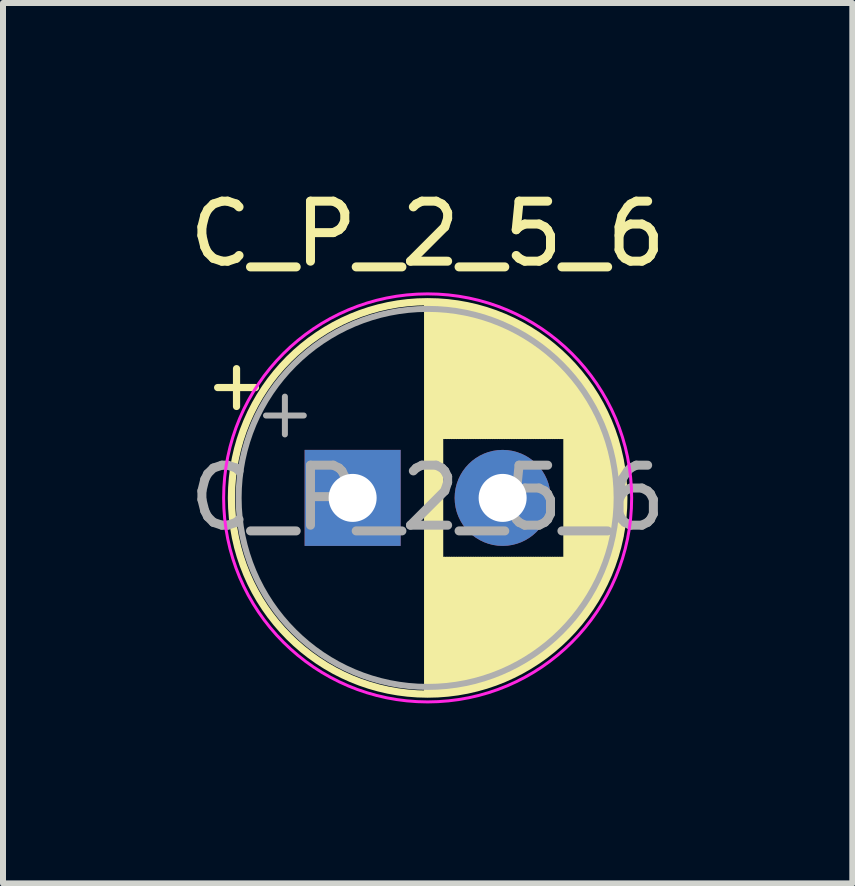
<source format=kicad_pcb>
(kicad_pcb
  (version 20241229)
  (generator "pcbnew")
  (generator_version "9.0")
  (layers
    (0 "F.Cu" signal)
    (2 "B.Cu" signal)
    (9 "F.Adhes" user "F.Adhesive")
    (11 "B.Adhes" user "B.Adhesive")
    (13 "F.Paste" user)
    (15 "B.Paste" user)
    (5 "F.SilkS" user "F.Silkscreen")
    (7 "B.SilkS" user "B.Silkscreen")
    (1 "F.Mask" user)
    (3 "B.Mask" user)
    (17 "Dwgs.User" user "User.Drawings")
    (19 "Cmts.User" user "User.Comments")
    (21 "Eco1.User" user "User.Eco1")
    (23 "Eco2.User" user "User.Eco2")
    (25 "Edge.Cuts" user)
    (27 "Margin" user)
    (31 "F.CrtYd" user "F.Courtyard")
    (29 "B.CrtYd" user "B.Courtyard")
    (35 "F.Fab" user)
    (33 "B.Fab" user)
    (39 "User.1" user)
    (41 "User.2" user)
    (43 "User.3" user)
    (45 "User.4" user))
  (footprint "C_P_2_5_6"
    (layer "F.Cu")
    (at 2.827 5.248)
    (property "Reference" "C_P_2_5_6" (at 1.25 -4.4 0) (layer "F.SilkS") (effects (font (size 1 1) (thickness 0.15))))
    (attr through_hole)
    (fp_line (start -2.25 -1.839) (end -1.62 -1.839) (stroke (width 0.12) (type solid)) (layer "F.SilkS"))
    (fp_line (start -1.935 -2.154) (end -1.935 -1.524) (stroke (width 0.12) (type solid)) (layer "F.SilkS"))
    (fp_line (start 1.25 -3.23) (end 1.25 3.23) (stroke (width 0.12) (type solid)) (layer "F.SilkS"))
    (fp_line (start 1.29 -3.23) (end 1.29 3.23) (stroke (width 0.12) (type solid)) (layer "F.SilkS"))
    (fp_line (start 1.33 -3.23) (end 1.33 3.23) (stroke (width 0.12) (type solid)) (layer "F.SilkS"))
    (fp_line (start 1.37 -3.228) (end 1.37 3.228) (stroke (width 0.12) (type solid)) (layer "F.SilkS"))
    (fp_line (start 1.41 -3.227) (end 1.41 3.227) (stroke (width 0.12) (type solid)) (layer "F.SilkS"))
    (fp_line (start 1.45 -3.224) (end 1.45 3.224) (stroke (width 0.12) (type solid)) (layer "F.SilkS"))
    (fp_line (start 1.49 -3.222) (end 1.49 -1.04) (stroke (width 0.12) (type solid)) (layer "F.SilkS"))
    (fp_line (start 1.49 1.04) (end 1.49 3.222) (stroke (width 0.12) (type solid)) (layer "F.SilkS"))
    (fp_line (start 1.53 -3.218) (end 1.53 -1.04) (stroke (width 0.12) (type solid)) (layer "F.SilkS"))
    (fp_line (start 1.53 1.04) (end 1.53 3.218) (stroke (width 0.12) (type solid)) (layer "F.SilkS"))
    (fp_line (start 1.57 -3.215) (end 1.57 -1.04) (stroke (width 0.12) (type solid)) (layer "F.SilkS"))
    (fp_line (start 1.57 1.04) (end 1.57 3.215) (stroke (width 0.12) (type solid)) (layer "F.SilkS"))
    (fp_line (start 1.61 -3.211) (end 1.61 -1.04) (stroke (width 0.12) (type solid)) (layer "F.SilkS"))
    (fp_line (start 1.61 1.04) (end 1.61 3.211) (stroke (width 0.12) (type solid)) (layer "F.SilkS"))
    (fp_line (start 1.65 -3.206) (end 1.65 -1.04) (stroke (width 0.12) (type solid)) (layer "F.SilkS"))
    (fp_line (start 1.65 1.04) (end 1.65 3.206) (stroke (width 0.12) (type solid)) (layer "F.SilkS"))
    (fp_line (start 1.69 -3.201) (end 1.69 -1.04) (stroke (width 0.12) (type solid)) (layer "F.SilkS"))
    (fp_line (start 1.69 1.04) (end 1.69 3.201) (stroke (width 0.12) (type solid)) (layer "F.SilkS"))
    (fp_line (start 1.73 -3.195) (end 1.73 -1.04) (stroke (width 0.12) (type solid)) (layer "F.SilkS"))
    (fp_line (start 1.73 1.04) (end 1.73 3.195) (stroke (width 0.12) (type solid)) (layer "F.SilkS"))
    (fp_line (start 1.77 -3.189) (end 1.77 -1.04) (stroke (width 0.12) (type solid)) (layer "F.SilkS"))
    (fp_line (start 1.77 1.04) (end 1.77 3.189) (stroke (width 0.12) (type solid)) (layer "F.SilkS"))
    (fp_line (start 1.81 -3.182) (end 1.81 -1.04) (stroke (width 0.12) (type solid)) (layer "F.SilkS"))
    (fp_line (start 1.81 1.04) (end 1.81 3.182) (stroke (width 0.12) (type solid)) (layer "F.SilkS"))
    (fp_line (start 1.85 -3.175) (end 1.85 -1.04) (stroke (width 0.12) (type solid)) (layer "F.SilkS"))
    (fp_line (start 1.85 1.04) (end 1.85 3.175) (stroke (width 0.12) (type solid)) (layer "F.SilkS"))
    (fp_line (start 1.89 -3.167) (end 1.89 -1.04) (stroke (width 0.12) (type solid)) (layer "F.SilkS"))
    (fp_line (start 1.89 1.04) (end 1.89 3.167) (stroke (width 0.12) (type solid)) (layer "F.SilkS"))
    (fp_line (start 1.93 -3.159) (end 1.93 -1.04) (stroke (width 0.12) (type solid)) (layer "F.SilkS"))
    (fp_line (start 1.93 1.04) (end 1.93 3.159) (stroke (width 0.12) (type solid)) (layer "F.SilkS"))
    (fp_line (start 1.971 -3.15) (end 1.971 -1.04) (stroke (width 0.12) (type solid)) (layer "F.SilkS"))
    (fp_line (start 1.971 1.04) (end 1.971 3.15) (stroke (width 0.12) (type solid)) (layer "F.SilkS"))
    (fp_line (start 2.011 -3.141) (end 2.011 -1.04) (stroke (width 0.12) (type solid)) (layer "F.SilkS"))
    (fp_line (start 2.011 1.04) (end 2.011 3.141) (stroke (width 0.12) (type solid)) (layer "F.SilkS"))
    (fp_line (start 2.051 -3.131) (end 2.051 -1.04) (stroke (width 0.12) (type solid)) (layer "F.SilkS"))
    (fp_line (start 2.051 1.04) (end 2.051 3.131) (stroke (width 0.12) (type solid)) (layer "F.SilkS"))
    (fp_line (start 2.091 -3.121) (end 2.091 -1.04) (stroke (width 0.12) (type solid)) (layer "F.SilkS"))
    (fp_line (start 2.091 1.04) (end 2.091 3.121) (stroke (width 0.12) (type solid)) (layer "F.SilkS"))
    (fp_line (start 2.131 -3.11) (end 2.131 -1.04) (stroke (width 0.12) (type solid)) (layer "F.SilkS"))
    (fp_line (start 2.131 1.04) (end 2.131 3.11) (stroke (width 0.12) (type solid)) (layer "F.SilkS"))
    (fp_line (start 2.171 -3.098) (end 2.171 -1.04) (stroke (width 0.12) (type solid)) (layer "F.SilkS"))
    (fp_line (start 2.171 1.04) (end 2.171 3.098) (stroke (width 0.12) (type solid)) (layer "F.SilkS"))
    (fp_line (start 2.211 -3.086) (end 2.211 -1.04) (stroke (width 0.12) (type solid)) (layer "F.SilkS"))
    (fp_line (start 2.211 1.04) (end 2.211 3.086) (stroke (width 0.12) (type solid)) (layer "F.SilkS"))
    (fp_line (start 2.251 -3.074) (end 2.251 -1.04) (stroke (width 0.12) (type solid)) (layer "F.SilkS"))
    (fp_line (start 2.251 1.04) (end 2.251 3.074) (stroke (width 0.12) (type solid)) (layer "F.SilkS"))
    (fp_line (start 2.291 -3.061) (end 2.291 -1.04) (stroke (width 0.12) (type solid)) (layer "F.SilkS"))
    (fp_line (start 2.291 1.04) (end 2.291 3.061) (stroke (width 0.12) (type solid)) (layer "F.SilkS"))
    (fp_line (start 2.331 -3.047) (end 2.331 -1.04) (stroke (width 0.12) (type solid)) (layer "F.SilkS"))
    (fp_line (start 2.331 1.04) (end 2.331 3.047) (stroke (width 0.12) (type solid)) (layer "F.SilkS"))
    (fp_line (start 2.371 -3.033) (end 2.371 -1.04) (stroke (width 0.12) (type solid)) (layer "F.SilkS"))
    (fp_line (start 2.371 1.04) (end 2.371 3.033) (stroke (width 0.12) (type solid)) (layer "F.SilkS"))
    (fp_line (start 2.411 -3.018) (end 2.411 -1.04) (stroke (width 0.12) (type solid)) (layer "F.SilkS"))
    (fp_line (start 2.411 1.04) (end 2.411 3.018) (stroke (width 0.12) (type solid)) (layer "F.SilkS"))
    (fp_line (start 2.451 -3.002) (end 2.451 -1.04) (stroke (width 0.12) (type solid)) (layer "F.SilkS"))
    (fp_line (start 2.451 1.04) (end 2.451 3.002) (stroke (width 0.12) (type solid)) (layer "F.SilkS"))
    (fp_line (start 2.491 -2.986) (end 2.491 -1.04) (stroke (width 0.12) (type solid)) (layer "F.SilkS"))
    (fp_line (start 2.491 1.04) (end 2.491 2.986) (stroke (width 0.12) (type solid)) (layer "F.SilkS"))
    (fp_line (start 2.531 -2.97) (end 2.531 -1.04) (stroke (width 0.12) (type solid)) (layer "F.SilkS"))
    (fp_line (start 2.531 1.04) (end 2.531 2.97) (stroke (width 0.12) (type solid)) (layer "F.SilkS"))
    (fp_line (start 2.571 -2.952) (end 2.571 -1.04) (stroke (width 0.12) (type solid)) (layer "F.SilkS"))
    (fp_line (start 2.571 1.04) (end 2.571 2.952) (stroke (width 0.12) (type solid)) (layer "F.SilkS"))
    (fp_line (start 2.611 -2.934) (end 2.611 -1.04) (stroke (width 0.12) (type solid)) (layer "F.SilkS"))
    (fp_line (start 2.611 1.04) (end 2.611 2.934) (stroke (width 0.12) (type solid)) (layer "F.SilkS"))
    (fp_line (start 2.651 -2.916) (end 2.651 -1.04) (stroke (width 0.12) (type solid)) (layer "F.SilkS"))
    (fp_line (start 2.651 1.04) (end 2.651 2.916) (stroke (width 0.12) (type solid)) (layer "F.SilkS"))
    (fp_line (start 2.691 -2.896) (end 2.691 -1.04) (stroke (width 0.12) (type solid)) (layer "F.SilkS"))
    (fp_line (start 2.691 1.04) (end 2.691 2.896) (stroke (width 0.12) (type solid)) (layer "F.SilkS"))
    (fp_line (start 2.731 -2.876) (end 2.731 -1.04) (stroke (width 0.12) (type solid)) (layer "F.SilkS"))
    (fp_line (start 2.731 1.04) (end 2.731 2.876) (stroke (width 0.12) (type solid)) (layer "F.SilkS"))
    (fp_line (start 2.771 -2.856) (end 2.771 -1.04) (stroke (width 0.12) (type solid)) (layer "F.SilkS"))
    (fp_line (start 2.771 1.04) (end 2.771 2.856) (stroke (width 0.12) (type solid)) (layer "F.SilkS"))
    (fp_line (start 2.811 -2.834) (end 2.811 -1.04) (stroke (width 0.12) (type solid)) (layer "F.SilkS"))
    (fp_line (start 2.811 1.04) (end 2.811 2.834) (stroke (width 0.12) (type solid)) (layer "F.SilkS"))
    (fp_line (start 2.851 -2.812) (end 2.851 -1.04) (stroke (width 0.12) (type solid)) (layer "F.SilkS"))
    (fp_line (start 2.851 1.04) (end 2.851 2.812) (stroke (width 0.12) (type solid)) (layer "F.SilkS"))
    (fp_line (start 2.891 -2.79) (end 2.891 -1.04) (stroke (width 0.12) (type solid)) (layer "F.SilkS"))
    (fp_line (start 2.891 1.04) (end 2.891 2.79) (stroke (width 0.12) (type solid)) (layer "F.SilkS"))
    (fp_line (start 2.931 -2.766) (end 2.931 -1.04) (stroke (width 0.12) (type solid)) (layer "F.SilkS"))
    (fp_line (start 2.931 1.04) (end 2.931 2.766) (stroke (width 0.12) (type solid)) (layer "F.SilkS"))
    (fp_line (start 2.971 -2.742) (end 2.971 -1.04) (stroke (width 0.12) (type solid)) (layer "F.SilkS"))
    (fp_line (start 2.971 1.04) (end 2.971 2.742) (stroke (width 0.12) (type solid)) (layer "F.SilkS"))
    (fp_line (start 3.011 -2.716) (end 3.011 -1.04) (stroke (width 0.12) (type solid)) (layer "F.SilkS"))
    (fp_line (start 3.011 1.04) (end 3.011 2.716) (stroke (width 0.12) (type solid)) (layer "F.SilkS"))
    (fp_line (start 3.051 -2.69) (end 3.051 -1.04) (stroke (width 0.12) (type solid)) (layer "F.SilkS"))
    (fp_line (start 3.051 1.04) (end 3.051 2.69) (stroke (width 0.12) (type solid)) (layer "F.SilkS"))
    (fp_line (start 3.091 -2.664) (end 3.091 -1.04) (stroke (width 0.12) (type solid)) (layer "F.SilkS"))
    (fp_line (start 3.091 1.04) (end 3.091 2.664) (stroke (width 0.12) (type solid)) (layer "F.SilkS"))
    (fp_line (start 3.131 -2.636) (end 3.131 -1.04) (stroke (width 0.12) (type solid)) (layer "F.SilkS"))
    (fp_line (start 3.131 1.04) (end 3.131 2.636) (stroke (width 0.12) (type solid)) (layer "F.SilkS"))
    (fp_line (start 3.171 -2.607) (end 3.171 -1.04) (stroke (width 0.12) (type solid)) (layer "F.SilkS"))
    (fp_line (start 3.171 1.04) (end 3.171 2.607) (stroke (width 0.12) (type solid)) (layer "F.SilkS"))
    (fp_line (start 3.211 -2.578) (end 3.211 -1.04) (stroke (width 0.12) (type solid)) (layer "F.SilkS"))
    (fp_line (start 3.211 1.04) (end 3.211 2.578) (stroke (width 0.12) (type solid)) (layer "F.SilkS"))
    (fp_line (start 3.251 -2.548) (end 3.251 -1.04) (stroke (width 0.12) (type solid)) (layer "F.SilkS"))
    (fp_line (start 3.251 1.04) (end 3.251 2.548) (stroke (width 0.12) (type solid)) (layer "F.SilkS"))
    (fp_line (start 3.291 -2.516) (end 3.291 -1.04) (stroke (width 0.12) (type solid)) (layer "F.SilkS"))
    (fp_line (start 3.291 1.04) (end 3.291 2.516) (stroke (width 0.12) (type solid)) (layer "F.SilkS"))
    (fp_line (start 3.331 -2.484) (end 3.331 -1.04) (stroke (width 0.12) (type solid)) (layer "F.SilkS"))
    (fp_line (start 3.331 1.04) (end 3.331 2.484) (stroke (width 0.12) (type solid)) (layer "F.SilkS"))
    (fp_line (start 3.371 -2.45) (end 3.371 -1.04) (stroke (width 0.12) (type solid)) (layer "F.SilkS"))
    (fp_line (start 3.371 1.04) (end 3.371 2.45) (stroke (width 0.12) (type solid)) (layer "F.SilkS"))
    (fp_line (start 3.411 -2.416) (end 3.411 -1.04) (stroke (width 0.12) (type solid)) (layer "F.SilkS"))
    (fp_line (start 3.411 1.04) (end 3.411 2.416) (stroke (width 0.12) (type solid)) (layer "F.SilkS"))
    (fp_line (start 3.451 -2.38) (end 3.451 -1.04) (stroke (width 0.12) (type solid)) (layer "F.SilkS"))
    (fp_line (start 3.451 1.04) (end 3.451 2.38) (stroke (width 0.12) (type solid)) (layer "F.SilkS"))
    (fp_line (start 3.491 -2.343) (end 3.491 -1.04) (stroke (width 0.12) (type solid)) (layer "F.SilkS"))
    (fp_line (start 3.491 1.04) (end 3.491 2.343) (stroke (width 0.12) (type solid)) (layer "F.SilkS"))
    (fp_line (start 3.531 -2.305) (end 3.531 -1.04) (stroke (width 0.12) (type solid)) (layer "F.SilkS"))
    (fp_line (start 3.531 1.04) (end 3.531 2.305) (stroke (width 0.12) (type solid)) (layer "F.SilkS"))
    (fp_line (start 3.571 -2.265) (end 3.571 2.265) (stroke (width 0.12) (type solid)) (layer "F.SilkS"))
    (fp_line (start 3.611 -2.224) (end 3.611 2.224) (stroke (width 0.12) (type solid)) (layer "F.SilkS"))
    (fp_line (start 3.651 -2.182) (end 3.651 2.182) (stroke (width 0.12) (type solid)) (layer "F.SilkS"))
    (fp_line (start 3.691 -2.137) (end 3.691 2.137) (stroke (width 0.12) (type solid)) (layer "F.SilkS"))
    (fp_line (start 3.731 -2.092) (end 3.731 2.092) (stroke (width 0.12) (type solid)) (layer "F.SilkS"))
    (fp_line (start 3.771 -2.044) (end 3.771 2.044) (stroke (width 0.12) (type solid)) (layer "F.SilkS"))
    (fp_line (start 3.811 -1.995) (end 3.811 1.995) (stroke (width 0.12) (type solid)) (layer "F.SilkS"))
    (fp_line (start 3.851 -1.944) (end 3.851 1.944) (stroke (width 0.12) (type solid)) (layer "F.SilkS"))
    (fp_line (start 3.891 -1.89) (end 3.891 1.89) (stroke (width 0.12) (type solid)) (layer "F.SilkS"))
    (fp_line (start 3.931 -1.834) (end 3.931 1.834) (stroke (width 0.12) (type solid)) (layer "F.SilkS"))
    (fp_line (start 3.971 -1.776) (end 3.971 1.776) (stroke (width 0.12) (type solid)) (layer "F.SilkS"))
    (fp_line (start 4.011 -1.714) (end 4.011 1.714) (stroke (width 0.12) (type solid)) (layer "F.SilkS"))
    (fp_line (start 4.051 -1.65) (end 4.051 1.65) (stroke (width 0.12) (type solid)) (layer "F.SilkS"))
    (fp_line (start 4.091 -1.581) (end 4.091 1.581) (stroke (width 0.12) (type solid)) (layer "F.SilkS"))
    (fp_line (start 4.131 -1.509) (end 4.131 1.509) (stroke (width 0.12) (type solid)) (layer "F.SilkS"))
    (fp_line (start 4.171 -1.432) (end 4.171 1.432) (stroke (width 0.12) (type solid)) (layer "F.SilkS"))
    (fp_line (start 4.211 -1.35) (end 4.211 1.35) (stroke (width 0.12) (type solid)) (layer "F.SilkS"))
    (fp_line (start 4.251 -1.262) (end 4.251 1.262) (stroke (width 0.12) (type solid)) (layer "F.SilkS"))
    (fp_line (start 4.291 -1.165) (end 4.291 1.165) (stroke (width 0.12) (type solid)) (layer "F.SilkS"))
    (fp_line (start 4.331 -1.059) (end 4.331 1.059) (stroke (width 0.12) (type solid)) (layer "F.SilkS"))
    (fp_line (start 4.371 -0.94) (end 4.371 0.94) (stroke (width 0.12) (type solid)) (layer "F.SilkS"))
    (fp_line (start 4.411 -0.802) (end 4.411 0.802) (stroke (width 0.12) (type solid)) (layer "F.SilkS"))
    (fp_line (start 4.451 -0.633) (end 4.451 0.633) (stroke (width 0.12) (type solid)) (layer "F.SilkS"))
    (fp_line (start 4.491 -0.402) (end 4.491 0.402) (stroke (width 0.12) (type solid)) (layer "F.SilkS"))
    (fp_circle (center 1.25 0) (end 4.52 0) (stroke (width 0.12) (type solid)) (fill no) (layer "F.SilkS"))
    (fp_circle (center 1.25 0) (end 4.65 0) (stroke (width 0.05) (type solid)) (fill no) (layer "F.CrtYd"))
    (fp_line (start -1.444 -1.373) (end -0.814 -1.373) (stroke (width 0.1) (type solid)) (layer "F.Fab"))
    (fp_line (start -1.129 -1.688) (end -1.129 -1.058) (stroke (width 0.1) (type solid)) (layer "F.Fab"))
    (fp_circle (center 1.25 0) (end 4.4 0) (stroke (width 0.1) (type solid)) (fill no) (layer "F.Fab"))
    (fp_text user "${REFERENCE}" (at 1.25 0 0) (layer "F.Fab") (effects (font (size 1 1) (thickness 0.15))))
    (pad "1" thru_hole rect (at 0 0) (size 1.6 1.6) (drill 0.8) (layers "*.Cu" "*.Mask"))
    (pad "2" thru_hole circle (at 2.5 0) (size 1.6 1.6) (drill 0.8) (layers "*.Cu" "*.Mask")))
  (gr_rect
    (start -3 -3)
    (end 11.155 11.673)
    (stroke (width 0.1) (type default))
    (fill no)
    (layer "Edge.Cuts")))
</source>
